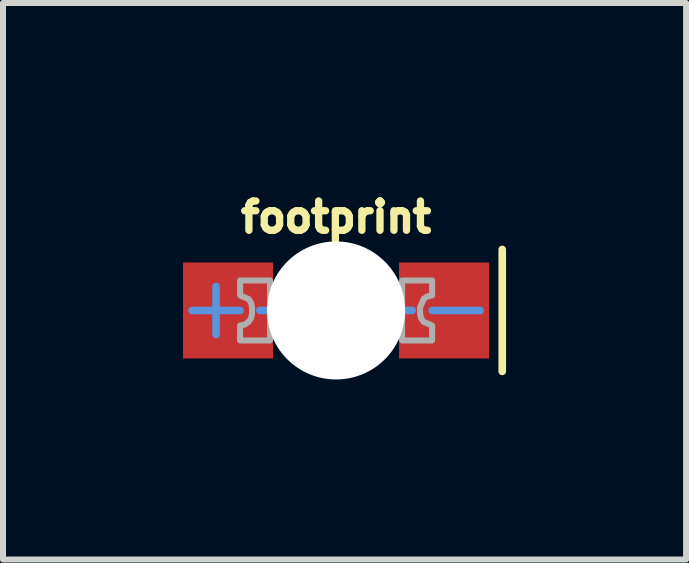
<source format=kicad_pcb>
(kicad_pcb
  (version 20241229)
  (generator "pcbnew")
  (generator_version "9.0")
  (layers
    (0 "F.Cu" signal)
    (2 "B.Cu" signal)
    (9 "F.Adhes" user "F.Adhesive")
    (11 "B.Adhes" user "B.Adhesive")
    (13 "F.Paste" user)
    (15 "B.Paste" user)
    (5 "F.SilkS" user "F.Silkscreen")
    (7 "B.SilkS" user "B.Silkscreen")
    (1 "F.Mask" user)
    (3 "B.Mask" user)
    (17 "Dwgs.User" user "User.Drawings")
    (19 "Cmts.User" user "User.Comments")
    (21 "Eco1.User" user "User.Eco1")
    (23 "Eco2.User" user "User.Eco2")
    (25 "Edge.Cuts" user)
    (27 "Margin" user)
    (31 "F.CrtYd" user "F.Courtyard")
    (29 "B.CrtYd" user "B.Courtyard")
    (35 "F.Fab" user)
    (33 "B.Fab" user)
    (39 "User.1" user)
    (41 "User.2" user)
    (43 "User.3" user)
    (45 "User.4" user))
  (footprint "footprint"
    (layer "F.Cu")
    (at 2.55 2.123)
    (property "Reference" "footprint" (at 0 -1.27 0) (layer "F.SilkS") (effects (font (size 0.488 0.488) (thickness 0.122)) (justify bottom)))
    (fp_line (start 2.769 -1.016) (end 2.769 1.016) (stroke (width 0.127) (type solid)) (layer "F.SilkS"))
    (fp_line (start -2.4 0) (end -1.6 0) (stroke (width 0.127) (type solid)) (layer "Cmts.User"))
    (fp_line (start -2 -0.4) (end -2 0.4) (stroke (width 0.127) (type solid)) (layer "Cmts.User"))
    (fp_line (start -1.27 0) (end -0.381 0) (stroke (width 0.127) (type solid)) (layer "Cmts.User"))
    (fp_line (start -0.381 -0.635) (end 0.254 0) (stroke (width 0.127) (type solid)) (layer "Cmts.User"))
    (fp_line (start -0.381 0) (end -0.381 -0.635) (stroke (width 0.127) (type solid)) (layer "Cmts.User"))
    (fp_line (start -0.381 0.635) (end -0.381 0) (stroke (width 0.127) (type solid)) (layer "Cmts.User"))
    (fp_line (start 0.254 0) (end -0.381 0.635) (stroke (width 0.127) (type solid)) (layer "Cmts.User"))
    (fp_line (start 0.254 0) (end 0.254 -0.635) (stroke (width 0.127) (type solid)) (layer "Cmts.User"))
    (fp_line (start 0.254 0) (end 0.254 0.635) (stroke (width 0.127) (type solid)) (layer "Cmts.User"))
    (fp_line (start 0.254 0) (end 1.27 0) (stroke (width 0.127) (type solid)) (layer "Cmts.User"))
    (fp_line (start 1.6 0) (end 2.4 0) (stroke (width 0.127) (type solid)) (layer "Cmts.User"))
    (fp_poly (pts (xy -0.75 0.75) (xy 0.75 0.75) (xy 0.75 -0.75) (xy -0.75 -0.75)) (stroke (width 0.1) (type solid)) (fill no) (layer "F.Fab"))
    (fp_poly (pts (xy 1.6 -0.25) (xy 1.6 -0.25) (xy 1.523 -0.235) (xy 1.459 -0.191) (xy 1.4 -0.05) (xy 1.4 0.05) (xy 1.415 0.127) (xy 1.459 0.191) (xy 1.6 0.25) (xy 1.6 0.5) (xy 1.1 0.5) (xy 1.1 -0.5) (xy 1.6 -0.5)) (stroke (width 0.1) (type solid)) (fill no) (layer "F.Fab"))
    (fp_poly (pts (xy -1.1 0.5) (xy -1.6 0.5) (xy -1.6 0.25) (xy -1.6 0.25) (xy -1.523 0.235) (xy -1.459 0.191) (xy -1.415 0.127) (xy -1.4 0.05) (xy -1.4 -0.05) (xy -1.415 -0.127) (xy -1.459 -0.191) (xy -1.6 -0.25) (xy -1.6 -0.5) (xy -1.1 -0.5)) (stroke (width 0.1) (type solid)) (fill no) (layer "F.Fab"))
    (pad "" np_thru_hole circle (at 0 0) (size 2.3 2.3) (drill 2.3) (layers "*.Cu" "*.Mask"))
    (pad "A" smd rect (at -1.8 0) (size 1.5 1.6) (layers "F.Cu" "F.Mask" "F.Paste"))
    (pad "C" smd rect (at 1.8 0) (size 1.5 1.6) (layers "F.Cu" "F.Mask" "F.Paste")))
  (gr_rect
    (start -3 -3)
    (end 8.382 6.273)
    (stroke (width 0.1) (type default))
    (fill no)
    (layer "Edge.Cuts")))
</source>
